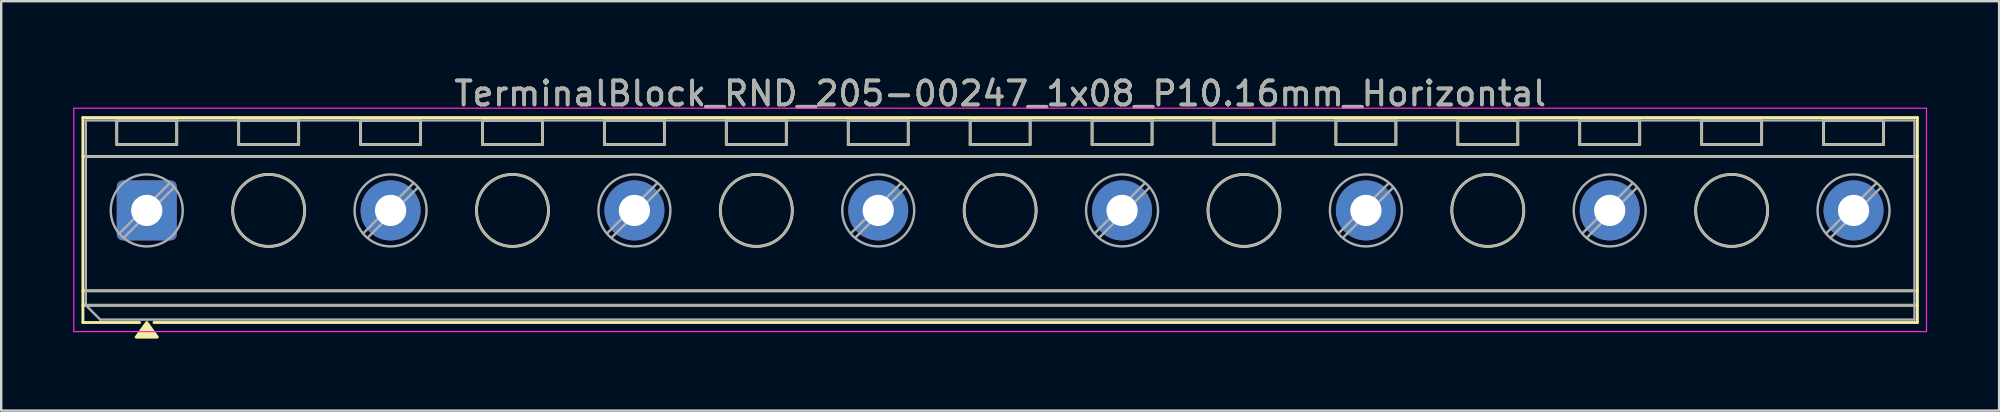
<source format=kicad_pcb>
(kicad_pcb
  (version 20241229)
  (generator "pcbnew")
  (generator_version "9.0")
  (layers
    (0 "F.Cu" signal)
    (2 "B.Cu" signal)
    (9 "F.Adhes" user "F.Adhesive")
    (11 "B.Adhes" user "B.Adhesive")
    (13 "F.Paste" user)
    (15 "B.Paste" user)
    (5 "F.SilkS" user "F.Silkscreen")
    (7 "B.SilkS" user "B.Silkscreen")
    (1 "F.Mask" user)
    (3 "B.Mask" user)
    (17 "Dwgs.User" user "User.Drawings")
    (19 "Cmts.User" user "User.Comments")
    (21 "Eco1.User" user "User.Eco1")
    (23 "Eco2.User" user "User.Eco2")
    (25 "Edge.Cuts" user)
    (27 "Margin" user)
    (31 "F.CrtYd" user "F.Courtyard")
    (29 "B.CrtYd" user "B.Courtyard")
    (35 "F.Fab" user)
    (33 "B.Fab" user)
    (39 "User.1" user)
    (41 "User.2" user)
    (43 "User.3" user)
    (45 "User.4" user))
  (footprint "TerminalBlock_RND_205-00247_1x08_P10.16mm_Horizontal"
    (layer "F.Cu")
    (at 3.065 5.718)
    (property "Reference" "TerminalBlock_RND_205-00247_1x08_P10.16mm_Horizontal" (at 35.56 -4.87 0) (layer "F.SilkS") (effects (font (size 1 1) (thickness 0.15))))
    (attr through_hole)
    (fp_line (start -2.66 -3.87) (end 73.78 -3.87) (stroke (width 0.12) (type solid)) (layer "F.SilkS"))
    (fp_line (start -2.66 -2.25) (end 73.78 -2.25) (stroke (width 0.12) (type solid)) (layer "F.SilkS"))
    (fp_line (start -2.66 3.35) (end 73.78 3.35) (stroke (width 0.12) (type solid)) (layer "F.SilkS"))
    (fp_line (start -2.66 3.95) (end 73.78 3.95) (stroke (width 0.12) (type solid)) (layer "F.SilkS"))
    (fp_line (start -2.66 4.67) (end -2.66 -3.87) (stroke (width 0.12) (type solid)) (layer "F.SilkS"))
    (fp_line (start -1.25 -3.75) (end 1.25 -3.75) (stroke (width 0.12) (type solid)) (layer "F.SilkS"))
    (fp_line (start -1.25 -2.75) (end -1.25 -3.75) (stroke (width 0.12) (type solid)) (layer "F.SilkS"))
    (fp_line (start -0.3 4.67) (end -2.66 4.67) (stroke (width 0.12) (type solid)) (layer "F.SilkS"))
    (fp_line (start 1.25 -3.75) (end 1.25 -2.75) (stroke (width 0.12) (type solid)) (layer "F.SilkS"))
    (fp_line (start 1.25 -2.75) (end -1.25 -2.75) (stroke (width 0.12) (type solid)) (layer "F.SilkS"))
    (fp_line (start 3.83 -3.75) (end 6.33 -3.75) (stroke (width 0.12) (type solid)) (layer "F.SilkS"))
    (fp_line (start 3.83 -2.75) (end 3.83 -3.75) (stroke (width 0.12) (type solid)) (layer "F.SilkS"))
    (fp_line (start 6.33 -3.75) (end 6.33 -2.75) (stroke (width 0.12) (type solid)) (layer "F.SilkS"))
    (fp_line (start 6.33 -2.75) (end 3.83 -2.75) (stroke (width 0.12) (type solid)) (layer "F.SilkS"))
    (fp_line (start 8.91 -3.75) (end 11.41 -3.75) (stroke (width 0.12) (type solid)) (layer "F.SilkS"))
    (fp_line (start 8.91 -2.75) (end 8.91 -3.75) (stroke (width 0.12) (type solid)) (layer "F.SilkS"))
    (fp_line (start 11.41 -3.75) (end 11.41 -2.75) (stroke (width 0.12) (type solid)) (layer "F.SilkS"))
    (fp_line (start 11.41 -2.75) (end 8.91 -2.75) (stroke (width 0.12) (type solid)) (layer "F.SilkS"))
    (fp_line (start 13.99 -3.75) (end 16.49 -3.75) (stroke (width 0.12) (type solid)) (layer "F.SilkS"))
    (fp_line (start 13.99 -2.75) (end 13.99 -3.75) (stroke (width 0.12) (type solid)) (layer "F.SilkS"))
    (fp_line (start 16.49 -3.75) (end 16.49 -2.75) (stroke (width 0.12) (type solid)) (layer "F.SilkS"))
    (fp_line (start 16.49 -2.75) (end 13.99 -2.75) (stroke (width 0.12) (type solid)) (layer "F.SilkS"))
    (fp_line (start 19.07 -3.75) (end 21.57 -3.75) (stroke (width 0.12) (type solid)) (layer "F.SilkS"))
    (fp_line (start 19.07 -2.75) (end 19.07 -3.75) (stroke (width 0.12) (type solid)) (layer "F.SilkS"))
    (fp_line (start 21.57 -3.75) (end 21.57 -2.75) (stroke (width 0.12) (type solid)) (layer "F.SilkS"))
    (fp_line (start 21.57 -2.75) (end 19.07 -2.75) (stroke (width 0.12) (type solid)) (layer "F.SilkS"))
    (fp_line (start 24.15 -3.75) (end 26.65 -3.75) (stroke (width 0.12) (type solid)) (layer "F.SilkS"))
    (fp_line (start 24.15 -2.75) (end 24.15 -3.75) (stroke (width 0.12) (type solid)) (layer "F.SilkS"))
    (fp_line (start 26.65 -3.75) (end 26.65 -2.75) (stroke (width 0.12) (type solid)) (layer "F.SilkS"))
    (fp_line (start 26.65 -2.75) (end 24.15 -2.75) (stroke (width 0.12) (type solid)) (layer "F.SilkS"))
    (fp_line (start 29.23 -3.75) (end 31.73 -3.75) (stroke (width 0.12) (type solid)) (layer "F.SilkS"))
    (fp_line (start 29.23 -2.75) (end 29.23 -3.75) (stroke (width 0.12) (type solid)) (layer "F.SilkS"))
    (fp_line (start 31.73 -3.75) (end 31.73 -2.75) (stroke (width 0.12) (type solid)) (layer "F.SilkS"))
    (fp_line (start 31.73 -2.75) (end 29.23 -2.75) (stroke (width 0.12) (type solid)) (layer "F.SilkS"))
    (fp_line (start 34.31 -3.75) (end 36.81 -3.75) (stroke (width 0.12) (type solid)) (layer "F.SilkS"))
    (fp_line (start 34.31 -2.75) (end 34.31 -3.75) (stroke (width 0.12) (type solid)) (layer "F.SilkS"))
    (fp_line (start 36.81 -3.75) (end 36.81 -2.75) (stroke (width 0.12) (type solid)) (layer "F.SilkS"))
    (fp_line (start 36.81 -2.75) (end 34.31 -2.75) (stroke (width 0.12) (type solid)) (layer "F.SilkS"))
    (fp_line (start 39.39 -3.75) (end 41.89 -3.75) (stroke (width 0.12) (type solid)) (layer "F.SilkS"))
    (fp_line (start 39.39 -2.75) (end 39.39 -3.75) (stroke (width 0.12) (type solid)) (layer "F.SilkS"))
    (fp_line (start 41.89 -3.75) (end 41.89 -2.75) (stroke (width 0.12) (type solid)) (layer "F.SilkS"))
    (fp_line (start 41.89 -2.75) (end 39.39 -2.75) (stroke (width 0.12) (type solid)) (layer "F.SilkS"))
    (fp_line (start 44.47 -3.75) (end 46.97 -3.75) (stroke (width 0.12) (type solid)) (layer "F.SilkS"))
    (fp_line (start 44.47 -2.75) (end 44.47 -3.75) (stroke (width 0.12) (type solid)) (layer "F.SilkS"))
    (fp_line (start 46.97 -3.75) (end 46.97 -2.75) (stroke (width 0.12) (type solid)) (layer "F.SilkS"))
    (fp_line (start 46.97 -2.75) (end 44.47 -2.75) (stroke (width 0.12) (type solid)) (layer "F.SilkS"))
    (fp_line (start 49.55 -3.75) (end 52.05 -3.75) (stroke (width 0.12) (type solid)) (layer "F.SilkS"))
    (fp_line (start 49.55 -2.75) (end 49.55 -3.75) (stroke (width 0.12) (type solid)) (layer "F.SilkS"))
    (fp_line (start 52.05 -3.75) (end 52.05 -2.75) (stroke (width 0.12) (type solid)) (layer "F.SilkS"))
    (fp_line (start 52.05 -2.75) (end 49.55 -2.75) (stroke (width 0.12) (type solid)) (layer "F.SilkS"))
    (fp_line (start 54.63 -3.75) (end 57.13 -3.75) (stroke (width 0.12) (type solid)) (layer "F.SilkS"))
    (fp_line (start 54.63 -2.75) (end 54.63 -3.75) (stroke (width 0.12) (type solid)) (layer "F.SilkS"))
    (fp_line (start 57.13 -3.75) (end 57.13 -2.75) (stroke (width 0.12) (type solid)) (layer "F.SilkS"))
    (fp_line (start 57.13 -2.75) (end 54.63 -2.75) (stroke (width 0.12) (type solid)) (layer "F.SilkS"))
    (fp_line (start 59.71 -3.75) (end 62.21 -3.75) (stroke (width 0.12) (type solid)) (layer "F.SilkS"))
    (fp_line (start 59.71 -2.75) (end 59.71 -3.75) (stroke (width 0.12) (type solid)) (layer "F.SilkS"))
    (fp_line (start 62.21 -3.75) (end 62.21 -2.75) (stroke (width 0.12) (type solid)) (layer "F.SilkS"))
    (fp_line (start 62.21 -2.75) (end 59.71 -2.75) (stroke (width 0.12) (type solid)) (layer "F.SilkS"))
    (fp_line (start 64.79 -3.75) (end 67.29 -3.75) (stroke (width 0.12) (type solid)) (layer "F.SilkS"))
    (fp_line (start 64.79 -2.75) (end 64.79 -3.75) (stroke (width 0.12) (type solid)) (layer "F.SilkS"))
    (fp_line (start 67.29 -3.75) (end 67.29 -2.75) (stroke (width 0.12) (type solid)) (layer "F.SilkS"))
    (fp_line (start 67.29 -2.75) (end 64.79 -2.75) (stroke (width 0.12) (type solid)) (layer "F.SilkS"))
    (fp_line (start 69.87 -3.75) (end 72.37 -3.75) (stroke (width 0.12) (type solid)) (layer "F.SilkS"))
    (fp_line (start 69.87 -2.75) (end 69.87 -3.75) (stroke (width 0.12) (type solid)) (layer "F.SilkS"))
    (fp_line (start 72.37 -3.75) (end 72.37 -2.75) (stroke (width 0.12) (type solid)) (layer "F.SilkS"))
    (fp_line (start 72.37 -2.75) (end 69.87 -2.75) (stroke (width 0.12) (type solid)) (layer "F.SilkS"))
    (fp_line (start 73.78 -3.87) (end 73.78 4.67) (stroke (width 0.12) (type solid)) (layer "F.SilkS"))
    (fp_line (start 73.78 4.67) (end 0.3 4.67) (stroke (width 0.12) (type solid)) (layer "F.SilkS"))
    (fp_circle (center 5.08 0) (end 6.58 0) (stroke (width 0.12) (type solid)) (fill no) (layer "F.SilkS"))
    (fp_circle (center 15.24 0) (end 16.74 0) (stroke (width 0.12) (type solid)) (fill no) (layer "F.SilkS"))
    (fp_circle (center 25.4 0) (end 26.9 0) (stroke (width 0.12) (type solid)) (fill no) (layer "F.SilkS"))
    (fp_circle (center 35.56 0) (end 37.06 0) (stroke (width 0.12) (type solid)) (fill no) (layer "F.SilkS"))
    (fp_circle (center 45.72 0) (end 47.22 0) (stroke (width 0.12) (type solid)) (fill no) (layer "F.SilkS"))
    (fp_circle (center 55.88 0) (end 57.38 0) (stroke (width 0.12) (type solid)) (fill no) (layer "F.SilkS"))
    (fp_circle (center 66.04 0) (end 67.54 0) (stroke (width 0.12) (type solid)) (fill no) (layer "F.SilkS"))
    (fp_poly (pts (xy 0 4.67) (xy 0.44 5.28) (xy -0.44 5.28)) (stroke (width 0.12) (type solid)) (fill yes) (layer "F.SilkS"))
    (fp_line (start -3.04 -4.26) (end -3.04 5.05) (stroke (width 0.05) (type solid)) (layer "F.CrtYd"))
    (fp_line (start -3.04 5.05) (end 74.16 5.05) (stroke (width 0.05) (type solid)) (layer "F.CrtYd"))
    (fp_line (start 74.16 -4.26) (end -3.04 -4.26) (stroke (width 0.05) (type solid)) (layer "F.CrtYd"))
    (fp_line (start 74.16 5.05) (end 74.16 -4.26) (stroke (width 0.05) (type solid)) (layer "F.CrtYd"))
    (fp_line (start -2.54 -3.75) (end 73.66 -3.75) (stroke (width 0.1) (type solid)) (layer "F.Fab"))
    (fp_line (start -2.54 -2.25) (end 73.66 -2.25) (stroke (width 0.1) (type solid)) (layer "F.Fab"))
    (fp_line (start -2.54 3.35) (end 73.66 3.35) (stroke (width 0.1) (type solid)) (layer "F.Fab"))
    (fp_line (start -2.54 3.95) (end -2.54 -3.75) (stroke (width 0.1) (type solid)) (layer "F.Fab"))
    (fp_line (start -2.54 3.95) (end 73.66 3.95) (stroke (width 0.1) (type solid)) (layer "F.Fab"))
    (fp_line (start -1.94 4.55) (end -2.54 3.95) (stroke (width 0.1) (type solid)) (layer "F.Fab"))
    (fp_line (start -1.25 -3.75) (end -1.25 -2.75) (stroke (width 0.1) (type solid)) (layer "F.Fab"))
    (fp_line (start -1.25 -2.75) (end 1.25 -2.75) (stroke (width 0.1) (type solid)) (layer "F.Fab"))
    (fp_line (start 0.955 -1.138) (end -1.138 0.955) (stroke (width 0.1) (type solid)) (layer "F.Fab"))
    (fp_line (start 1.138 -0.955) (end -0.955 1.138) (stroke (width 0.1) (type solid)) (layer "F.Fab"))
    (fp_line (start 1.25 -3.75) (end -1.25 -3.75) (stroke (width 0.1) (type solid)) (layer "F.Fab"))
    (fp_line (start 1.25 -2.75) (end 1.25 -3.75) (stroke (width 0.1) (type solid)) (layer "F.Fab"))
    (fp_line (start 3.83 -3.75) (end 3.83 -2.75) (stroke (width 0.1) (type solid)) (layer "F.Fab"))
    (fp_line (start 3.83 -2.75) (end 6.33 -2.75) (stroke (width 0.1) (type solid)) (layer "F.Fab"))
    (fp_line (start 6.33 -3.75) (end 3.83 -3.75) (stroke (width 0.1) (type solid)) (layer "F.Fab"))
    (fp_line (start 6.33 -2.75) (end 6.33 -3.75) (stroke (width 0.1) (type solid)) (layer "F.Fab"))
    (fp_line (start 8.91 -3.75) (end 8.91 -2.75) (stroke (width 0.1) (type solid)) (layer "F.Fab"))
    (fp_line (start 8.91 -2.75) (end 11.41 -2.75) (stroke (width 0.1) (type solid)) (layer "F.Fab"))
    (fp_line (start 11.115 -1.138) (end 9.022 0.955) (stroke (width 0.1) (type solid)) (layer "F.Fab"))
    (fp_line (start 11.298 -0.955) (end 9.205 1.138) (stroke (width 0.1) (type solid)) (layer "F.Fab"))
    (fp_line (start 11.41 -3.75) (end 8.91 -3.75) (stroke (width 0.1) (type solid)) (layer "F.Fab"))
    (fp_line (start 11.41 -2.75) (end 11.41 -3.75) (stroke (width 0.1) (type solid)) (layer "F.Fab"))
    (fp_line (start 13.99 -3.75) (end 13.99 -2.75) (stroke (width 0.1) (type solid)) (layer "F.Fab"))
    (fp_line (start 13.99 -2.75) (end 16.49 -2.75) (stroke (width 0.1) (type solid)) (layer "F.Fab"))
    (fp_line (start 16.49 -3.75) (end 13.99 -3.75) (stroke (width 0.1) (type solid)) (layer "F.Fab"))
    (fp_line (start 16.49 -2.75) (end 16.49 -3.75) (stroke (width 0.1) (type solid)) (layer "F.Fab"))
    (fp_line (start 19.07 -3.75) (end 19.07 -2.75) (stroke (width 0.1) (type solid)) (layer "F.Fab"))
    (fp_line (start 19.07 -2.75) (end 21.57 -2.75) (stroke (width 0.1) (type solid)) (layer "F.Fab"))
    (fp_line (start 21.275 -1.138) (end 19.182 0.955) (stroke (width 0.1) (type solid)) (layer "F.Fab"))
    (fp_line (start 21.458 -0.955) (end 19.365 1.138) (stroke (width 0.1) (type solid)) (layer "F.Fab"))
    (fp_line (start 21.57 -3.75) (end 19.07 -3.75) (stroke (width 0.1) (type solid)) (layer "F.Fab"))
    (fp_line (start 21.57 -2.75) (end 21.57 -3.75) (stroke (width 0.1) (type solid)) (layer "F.Fab"))
    (fp_line (start 24.15 -3.75) (end 24.15 -2.75) (stroke (width 0.1) (type solid)) (layer "F.Fab"))
    (fp_line (start 24.15 -2.75) (end 26.65 -2.75) (stroke (width 0.1) (type solid)) (layer "F.Fab"))
    (fp_line (start 26.65 -3.75) (end 24.15 -3.75) (stroke (width 0.1) (type solid)) (layer "F.Fab"))
    (fp_line (start 26.65 -2.75) (end 26.65 -3.75) (stroke (width 0.1) (type solid)) (layer "F.Fab"))
    (fp_line (start 29.23 -3.75) (end 29.23 -2.75) (stroke (width 0.1) (type solid)) (layer "F.Fab"))
    (fp_line (start 29.23 -2.75) (end 31.73 -2.75) (stroke (width 0.1) (type solid)) (layer "F.Fab"))
    (fp_line (start 31.435 -1.138) (end 29.342 0.955) (stroke (width 0.1) (type solid)) (layer "F.Fab"))
    (fp_line (start 31.618 -0.955) (end 29.525 1.138) (stroke (width 0.1) (type solid)) (layer "F.Fab"))
    (fp_line (start 31.73 -3.75) (end 29.23 -3.75) (stroke (width 0.1) (type solid)) (layer "F.Fab"))
    (fp_line (start 31.73 -2.75) (end 31.73 -3.75) (stroke (width 0.1) (type solid)) (layer "F.Fab"))
    (fp_line (start 34.31 -3.75) (end 34.31 -2.75) (stroke (width 0.1) (type solid)) (layer "F.Fab"))
    (fp_line (start 34.31 -2.75) (end 36.81 -2.75) (stroke (width 0.1) (type solid)) (layer "F.Fab"))
    (fp_line (start 36.81 -3.75) (end 34.31 -3.75) (stroke (width 0.1) (type solid)) (layer "F.Fab"))
    (fp_line (start 36.81 -2.75) (end 36.81 -3.75) (stroke (width 0.1) (type solid)) (layer "F.Fab"))
    (fp_line (start 39.39 -3.75) (end 39.39 -2.75) (stroke (width 0.1) (type solid)) (layer "F.Fab"))
    (fp_line (start 39.39 -2.75) (end 41.89 -2.75) (stroke (width 0.1) (type solid)) (layer "F.Fab"))
    (fp_line (start 41.595 -1.138) (end 39.502 0.955) (stroke (width 0.1) (type solid)) (layer "F.Fab"))
    (fp_line (start 41.778 -0.955) (end 39.685 1.138) (stroke (width 0.1) (type solid)) (layer "F.Fab"))
    (fp_line (start 41.89 -3.75) (end 39.39 -3.75) (stroke (width 0.1) (type solid)) (layer "F.Fab"))
    (fp_line (start 41.89 -2.75) (end 41.89 -3.75) (stroke (width 0.1) (type solid)) (layer "F.Fab"))
    (fp_line (start 44.47 -3.75) (end 44.47 -2.75) (stroke (width 0.1) (type solid)) (layer "F.Fab"))
    (fp_line (start 44.47 -2.75) (end 46.97 -2.75) (stroke (width 0.1) (type solid)) (layer "F.Fab"))
    (fp_line (start 46.97 -3.75) (end 44.47 -3.75) (stroke (width 0.1) (type solid)) (layer "F.Fab"))
    (fp_line (start 46.97 -2.75) (end 46.97 -3.75) (stroke (width 0.1) (type solid)) (layer "F.Fab"))
    (fp_line (start 49.55 -3.75) (end 49.55 -2.75) (stroke (width 0.1) (type solid)) (layer "F.Fab"))
    (fp_line (start 49.55 -2.75) (end 52.05 -2.75) (stroke (width 0.1) (type solid)) (layer "F.Fab"))
    (fp_line (start 51.755 -1.138) (end 49.662 0.955) (stroke (width 0.1) (type solid)) (layer "F.Fab"))
    (fp_line (start 51.938 -0.955) (end 49.845 1.138) (stroke (width 0.1) (type solid)) (layer "F.Fab"))
    (fp_line (start 52.05 -3.75) (end 49.55 -3.75) (stroke (width 0.1) (type solid)) (layer "F.Fab"))
    (fp_line (start 52.05 -2.75) (end 52.05 -3.75) (stroke (width 0.1) (type solid)) (layer "F.Fab"))
    (fp_line (start 54.63 -3.75) (end 54.63 -2.75) (stroke (width 0.1) (type solid)) (layer "F.Fab"))
    (fp_line (start 54.63 -2.75) (end 57.13 -2.75) (stroke (width 0.1) (type solid)) (layer "F.Fab"))
    (fp_line (start 57.13 -3.75) (end 54.63 -3.75) (stroke (width 0.1) (type solid)) (layer "F.Fab"))
    (fp_line (start 57.13 -2.75) (end 57.13 -3.75) (stroke (width 0.1) (type solid)) (layer "F.Fab"))
    (fp_line (start 59.71 -3.75) (end 59.71 -2.75) (stroke (width 0.1) (type solid)) (layer "F.Fab"))
    (fp_line (start 59.71 -2.75) (end 62.21 -2.75) (stroke (width 0.1) (type solid)) (layer "F.Fab"))
    (fp_line (start 61.915 -1.138) (end 59.822 0.955) (stroke (width 0.1) (type solid)) (layer "F.Fab"))
    (fp_line (start 62.098 -0.955) (end 60.005 1.138) (stroke (width 0.1) (type solid)) (layer "F.Fab"))
    (fp_line (start 62.21 -3.75) (end 59.71 -3.75) (stroke (width 0.1) (type solid)) (layer "F.Fab"))
    (fp_line (start 62.21 -2.75) (end 62.21 -3.75) (stroke (width 0.1) (type solid)) (layer "F.Fab"))
    (fp_line (start 64.79 -3.75) (end 64.79 -2.75) (stroke (width 0.1) (type solid)) (layer "F.Fab"))
    (fp_line (start 64.79 -2.75) (end 67.29 -2.75) (stroke (width 0.1) (type solid)) (layer "F.Fab"))
    (fp_line (start 67.29 -3.75) (end 64.79 -3.75) (stroke (width 0.1) (type solid)) (layer "F.Fab"))
    (fp_line (start 67.29 -2.75) (end 67.29 -3.75) (stroke (width 0.1) (type solid)) (layer "F.Fab"))
    (fp_line (start 69.87 -3.75) (end 69.87 -2.75) (stroke (width 0.1) (type solid)) (layer "F.Fab"))
    (fp_line (start 69.87 -2.75) (end 72.37 -2.75) (stroke (width 0.1) (type solid)) (layer "F.Fab"))
    (fp_line (start 72.075 -1.138) (end 69.982 0.955) (stroke (width 0.1) (type solid)) (layer "F.Fab"))
    (fp_line (start 72.258 -0.955) (end 70.165 1.138) (stroke (width 0.1) (type solid)) (layer "F.Fab"))
    (fp_line (start 72.37 -3.75) (end 69.87 -3.75) (stroke (width 0.1) (type solid)) (layer "F.Fab"))
    (fp_line (start 72.37 -2.75) (end 72.37 -3.75) (stroke (width 0.1) (type solid)) (layer "F.Fab"))
    (fp_line (start 73.66 -3.75) (end 73.66 4.55) (stroke (width 0.1) (type solid)) (layer "F.Fab"))
    (fp_line (start 73.66 4.55) (end -1.94 4.55) (stroke (width 0.1) (type solid)) (layer "F.Fab"))
    (fp_circle (center 0 0) (end 1.5 0) (stroke (width 0.1) (type solid)) (fill no) (layer "F.Fab"))
    (fp_circle (center 5.08 0) (end 6.58 0) (stroke (width 0.1) (type solid)) (fill no) (layer "F.Fab"))
    (fp_circle (center 10.16 0) (end 11.66 0) (stroke (width 0.1) (type solid)) (fill no) (layer "F.Fab"))
    (fp_circle (center 15.24 0) (end 16.74 0) (stroke (width 0.1) (type solid)) (fill no) (layer "F.Fab"))
    (fp_circle (center 20.32 0) (end 21.82 0) (stroke (width 0.1) (type solid)) (fill no) (layer "F.Fab"))
    (fp_circle (center 25.4 0) (end 26.9 0) (stroke (width 0.1) (type solid)) (fill no) (layer "F.Fab"))
    (fp_circle (center 30.48 0) (end 31.98 0) (stroke (width 0.1) (type solid)) (fill no) (layer "F.Fab"))
    (fp_circle (center 35.56 0) (end 37.06 0) (stroke (width 0.1) (type solid)) (fill no) (layer "F.Fab"))
    (fp_circle (center 40.64 0) (end 42.14 0) (stroke (width 0.1) (type solid)) (fill no) (layer "F.Fab"))
    (fp_circle (center 45.72 0) (end 47.22 0) (stroke (width 0.1) (type solid)) (fill no) (layer "F.Fab"))
    (fp_circle (center 50.8 0) (end 52.3 0) (stroke (width 0.1) (type solid)) (fill no) (layer "F.Fab"))
    (fp_circle (center 55.88 0) (end 57.38 0) (stroke (width 0.1) (type solid)) (fill no) (layer "F.Fab"))
    (fp_circle (center 60.96 0) (end 62.46 0) (stroke (width 0.1) (type solid)) (fill no) (layer "F.Fab"))
    (fp_circle (center 66.04 0) (end 67.54 0) (stroke (width 0.1) (type solid)) (fill no) (layer "F.Fab"))
    (fp_circle (center 71.12 0) (end 72.62 0) (stroke (width 0.1) (type solid)) (fill no) (layer "F.Fab"))
    (fp_text user "${REFERENCE}" (at 35.56 -4.87 0) (layer "F.Fab") (effects (font (size 1 1) (thickness 0.15))))
    (pad "1" thru_hole roundrect (at 0 0) (size 2.5 2.5) (drill 1.3) (layers "*.Cu" "*.Mask") (roundrect_rratio 0.1))
    (pad "2" thru_hole circle (at 10.16 0) (size 2.5 2.5) (drill 1.3) (layers "*.Cu" "*.Mask"))
    (pad "3" thru_hole circle (at 20.32 0) (size 2.5 2.5) (drill 1.3) (layers "*.Cu" "*.Mask"))
    (pad "4" thru_hole circle (at 30.48 0) (size 2.5 2.5) (drill 1.3) (layers "*.Cu" "*.Mask"))
    (pad "5" thru_hole circle (at 40.64 0) (size 2.5 2.5) (drill 1.3) (layers "*.Cu" "*.Mask"))
    (pad "6" thru_hole circle (at 50.8 0) (size 2.5 2.5) (drill 1.3) (layers "*.Cu" "*.Mask"))
    (pad "7" thru_hole circle (at 60.96 0) (size 2.5 2.5) (drill 1.3) (layers "*.Cu" "*.Mask"))
    (pad "8" thru_hole circle (at 71.12 0) (size 2.5 2.5) (drill 1.3) (layers "*.Cu" "*.Mask")))
  (gr_rect
    (start -3 -3)
    (end 80.25 14.058)
    (stroke (width 0.1) (type default))
    (fill no)
    (layer "Edge.Cuts")))
</source>
